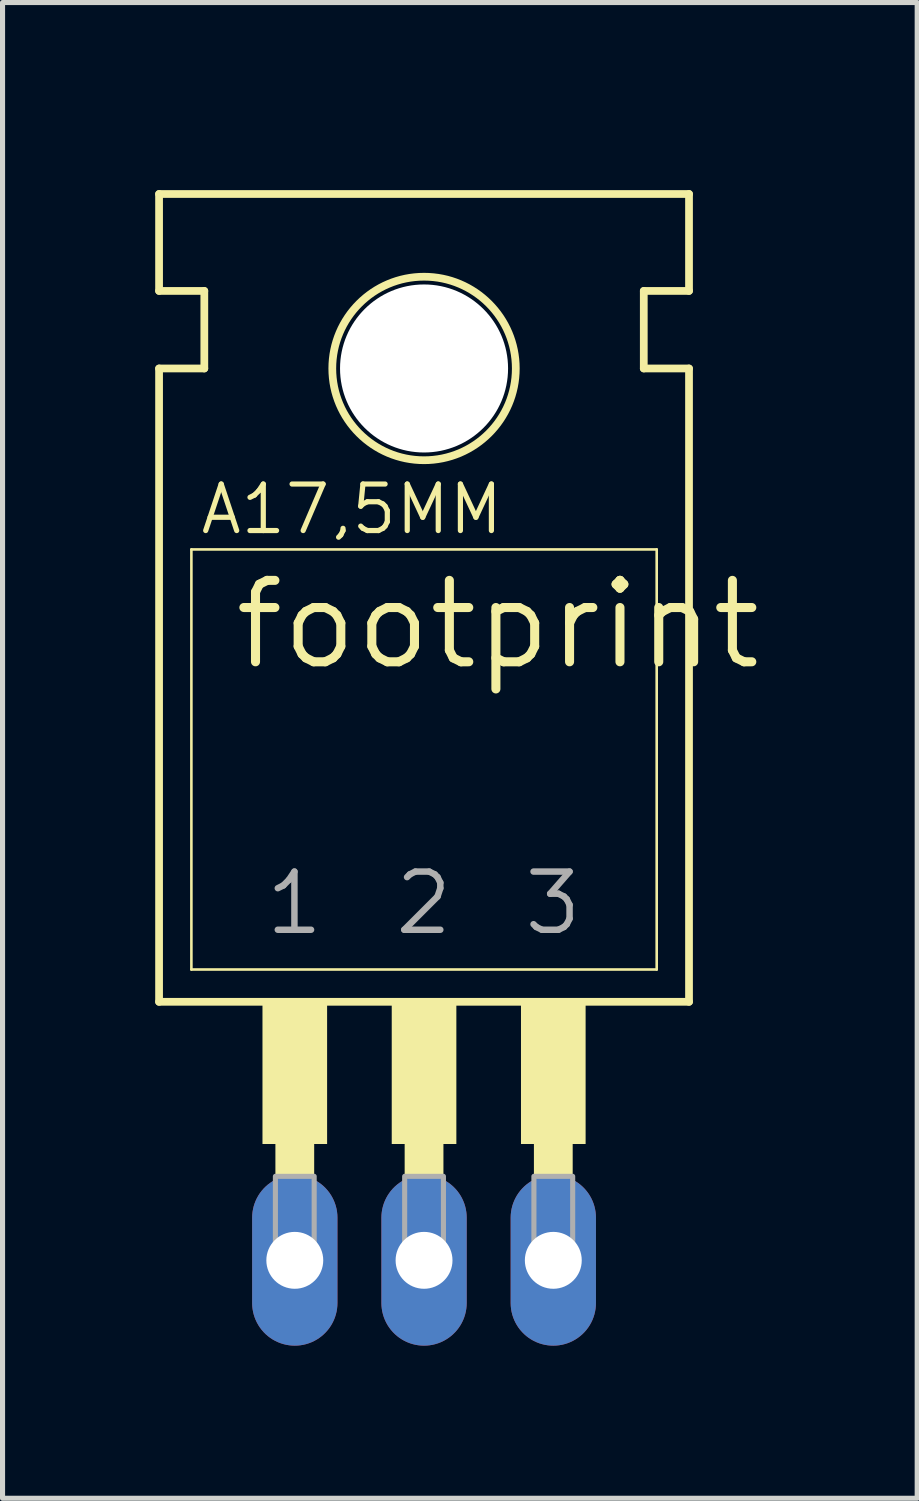
<source format=kicad_pcb>
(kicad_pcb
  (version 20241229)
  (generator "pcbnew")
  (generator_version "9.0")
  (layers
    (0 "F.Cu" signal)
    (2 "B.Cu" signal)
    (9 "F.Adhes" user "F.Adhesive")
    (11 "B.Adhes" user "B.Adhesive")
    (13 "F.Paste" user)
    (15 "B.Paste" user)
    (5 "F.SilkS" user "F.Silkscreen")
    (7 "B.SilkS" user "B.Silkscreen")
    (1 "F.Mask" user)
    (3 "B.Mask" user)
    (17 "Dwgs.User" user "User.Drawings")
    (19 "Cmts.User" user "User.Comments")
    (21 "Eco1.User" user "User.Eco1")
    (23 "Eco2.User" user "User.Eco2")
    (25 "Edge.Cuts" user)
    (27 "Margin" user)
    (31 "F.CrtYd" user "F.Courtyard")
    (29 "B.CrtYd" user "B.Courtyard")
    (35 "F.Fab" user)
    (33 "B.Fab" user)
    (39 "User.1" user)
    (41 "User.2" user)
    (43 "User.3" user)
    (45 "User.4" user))
  (footprint "footprint"
    (layer "F.Cu")
    (at 5.283 15.367)
    (property "Reference" "footprint" (at -3.81 -5.207 0) (layer "F.SilkS") (effects (font (size 1.6 1.6) (thickness 0.178)) (justify left bottom)))
    (fp_line (start -5.207 -12.7) (end -5.207 -14.605) (stroke (width 0.152) (type solid)) (layer "F.SilkS"))
    (fp_line (start -5.207 -11.176) (end -4.318 -11.176) (stroke (width 0.152) (type solid)) (layer "F.SilkS"))
    (fp_line (start -5.207 1.27) (end -5.207 -11.176) (stroke (width 0.152) (type solid)) (layer "F.SilkS"))
    (fp_line (start -5.207 1.27) (end 5.207 1.27) (stroke (width 0.152) (type solid)) (layer "F.SilkS"))
    (fp_line (start -4.572 0.635) (end -4.572 -7.62) (stroke (width 0.051) (type solid)) (layer "F.SilkS"))
    (fp_line (start -4.572 0.635) (end 4.572 0.635) (stroke (width 0.051) (type solid)) (layer "F.SilkS"))
    (fp_line (start -4.318 -12.7) (end -5.207 -12.7) (stroke (width 0.152) (type solid)) (layer "F.SilkS"))
    (fp_line (start -4.318 -11.176) (end -4.318 -12.7) (stroke (width 0.152) (type solid)) (layer "F.SilkS"))
    (fp_line (start 4.318 -12.7) (end 5.207 -12.7) (stroke (width 0.152) (type solid)) (layer "F.SilkS"))
    (fp_line (start 4.318 -11.176) (end 4.318 -12.7) (stroke (width 0.152) (type solid)) (layer "F.SilkS"))
    (fp_line (start 4.572 -7.62) (end -4.572 -7.62) (stroke (width 0.051) (type solid)) (layer "F.SilkS"))
    (fp_line (start 4.572 -7.62) (end 4.572 0.635) (stroke (width 0.051) (type solid)) (layer "F.SilkS"))
    (fp_line (start 5.207 -14.605) (end -5.207 -14.605) (stroke (width 0.152) (type solid)) (layer "F.SilkS"))
    (fp_line (start 5.207 -12.7) (end 5.207 -14.605) (stroke (width 0.152) (type solid)) (layer "F.SilkS"))
    (fp_line (start 5.207 -11.176) (end 4.318 -11.176) (stroke (width 0.152) (type solid)) (layer "F.SilkS"))
    (fp_line (start 5.207 1.27) (end 5.207 -11.176) (stroke (width 0.152) (type solid)) (layer "F.SilkS"))
    (fp_circle (center 0 -11.176) (end 1.803 -11.176) (stroke (width 0.152) (type solid)) (fill no) (layer "F.SilkS"))
    (fp_poly (pts (xy -3.175 4.064) (xy -1.905 4.064) (xy -1.905 1.27) (xy -3.175 1.27)) (stroke (width 0) (type solid)) (fill yes) (layer "F.SilkS"))
    (fp_poly (pts (xy -2.921 4.699) (xy -2.159 4.699) (xy -2.159 4.064) (xy -2.921 4.064)) (stroke (width 0) (type solid)) (fill yes) (layer "F.SilkS"))
    (fp_poly (pts (xy -0.635 4.064) (xy 0.635 4.064) (xy 0.635 1.27) (xy -0.635 1.27)) (stroke (width 0) (type solid)) (fill yes) (layer "F.SilkS"))
    (fp_poly (pts (xy -0.381 4.699) (xy 0.381 4.699) (xy 0.381 4.064) (xy -0.381 4.064)) (stroke (width 0) (type solid)) (fill yes) (layer "F.SilkS"))
    (fp_poly (pts (xy 1.905 4.064) (xy 3.175 4.064) (xy 3.175 1.27) (xy 1.905 1.27)) (stroke (width 0) (type solid)) (fill yes) (layer "F.SilkS"))
    (fp_poly (pts (xy 2.159 4.699) (xy 2.921 4.699) (xy 2.921 4.064) (xy 2.159 4.064)) (stroke (width 0) (type solid)) (fill yes) (layer "F.SilkS"))
    (fp_poly (pts (xy -2.921 6.604) (xy -2.159 6.604) (xy -2.159 4.699) (xy -2.921 4.699)) (stroke (width 0.1) (type solid)) (fill no) (layer "F.Fab"))
    (fp_poly (pts (xy -0.381 6.604) (xy 0.381 6.604) (xy 0.381 4.699) (xy -0.381 4.699)) (stroke (width 0.1) (type solid)) (fill no) (layer "F.Fab"))
    (fp_poly (pts (xy 2.159 6.604) (xy 2.921 6.604) (xy 2.921 4.699) (xy 2.159 4.699)) (stroke (width 0.1) (type solid)) (fill no) (layer "F.Fab"))
    (fp_text user "A17,5MM" (at -4.445 -7.874 0) (layer "F.SilkS") (effects (font (size 0.914 0.914) (thickness 0.102)) (justify left bottom)))
    (fp_text user "2" (at -0.635 0 0) (layer "F.Fab") (effects (font (size 1.143 1.143) (thickness 0.127)) (justify left bottom)))
    (fp_text user "3" (at 1.905 0 0) (layer "F.Fab") (effects (font (size 1.143 1.143) (thickness 0.127)) (justify left bottom)))
    (fp_text user "1" (at -3.175 0 0) (layer "F.Fab") (effects (font (size 1.143 1.143) (thickness 0.127)) (justify left bottom)))
    (pad "" np_thru_hole circle (at 0 -11.176) (size 3.302 3.302) (drill 3.302) (layers "*.Cu" "*.Mask"))
    (pad "1" thru_hole oval (at -2.54 6.35 90) (size 3.353 1.676) (drill 1.118) (layers "*.Cu" "*.Mask"))
    (pad "2" thru_hole oval (at 0 6.35 90) (size 3.353 1.676) (drill 1.118) (layers "*.Cu" "*.Mask"))
    (pad "3" thru_hole oval (at 2.54 6.35 90) (size 3.353 1.676) (drill 1.118) (layers "*.Cu" "*.Mask"))
    (zone (net_name "") (layers "F.Cu" "B.Cu") (hatch edge 0.508) (connect_pads) (min_thickness 0.254) (filled_areas_thickness no) (keepout (tracks allowed) (vias not_allowed) (pads allowed) (copperpour allowed) (footprints allowed)) (placement (enabled no)) (fill) (polygon (pts (xy 9.474 4.191) (xy 9.411 3.463) (xy 9.221 2.758) (xy 8.913 2.095) (xy 8.494 1.497) (xy 7.977 0.981) (xy 7.379 0.561) (xy 6.717 0.253) (xy 6.011 0.064) (xy 5.283 0) (xy 4.555 0.064) (xy 3.85 0.253) (xy 3.188 0.561) (xy 2.589 0.981) (xy 2.073 1.497) (xy 1.654 2.095) (xy 1.345 2.758) (xy 1.156 3.463) (xy 1.092 4.191) (xy 1.156 4.919) (xy 1.345 5.624) (xy 1.654 6.287) (xy 2.073 6.885) (xy 2.589 7.401) (xy 3.188 7.821) (xy 3.85 8.129) (xy 4.555 8.318) (xy 5.283 8.382) (xy 6.011 8.318) (xy 6.717 8.129) (xy 7.379 7.821) (xy 7.977 7.401) (xy 8.494 6.885) (xy 8.913 6.287) (xy 9.221 5.624) (xy 9.411 4.919))))
    (zone (net_name "") (layer "B.Cu") (hatch edge 0.508) (connect_pads) (min_thickness 0.254) (filled_areas_thickness no) (keepout (tracks not_allowed) (vias not_allowed) (pads not_allowed) (copperpour not_allowed) (footprints allowed)) (placement (enabled no)) (fill) (polygon (pts (xy 9.474 4.191) (xy 9.411 3.463) (xy 9.221 2.758) (xy 8.913 2.095) (xy 8.494 1.497) (xy 7.977 0.981) (xy 7.379 0.561) (xy 6.717 0.253) (xy 6.011 0.064) (xy 5.283 0) (xy 4.555 0.064) (xy 3.85 0.253) (xy 3.188 0.561) (xy 2.589 0.981) (xy 2.073 1.497) (xy 1.654 2.095) (xy 1.345 2.758) (xy 1.156 3.463) (xy 1.092 4.191) (xy 1.156 4.919) (xy 1.345 5.624) (xy 1.654 6.287) (xy 2.073 6.885) (xy 2.589 7.401) (xy 3.188 7.821) (xy 3.85 8.129) (xy 4.555 8.318) (xy 5.283 8.382) (xy 6.011 8.318) (xy 6.717 8.129) (xy 7.379 7.821) (xy 7.977 7.401) (xy 8.494 6.885) (xy 8.913 6.287) (xy 9.221 5.624) (xy 9.411 4.919)))))
  (gr_rect
    (start -3 -3)
    (end 14.974 26.393)
    (stroke (width 0.1) (type default))
    (fill no)
    (layer "Edge.Cuts")))
</source>
